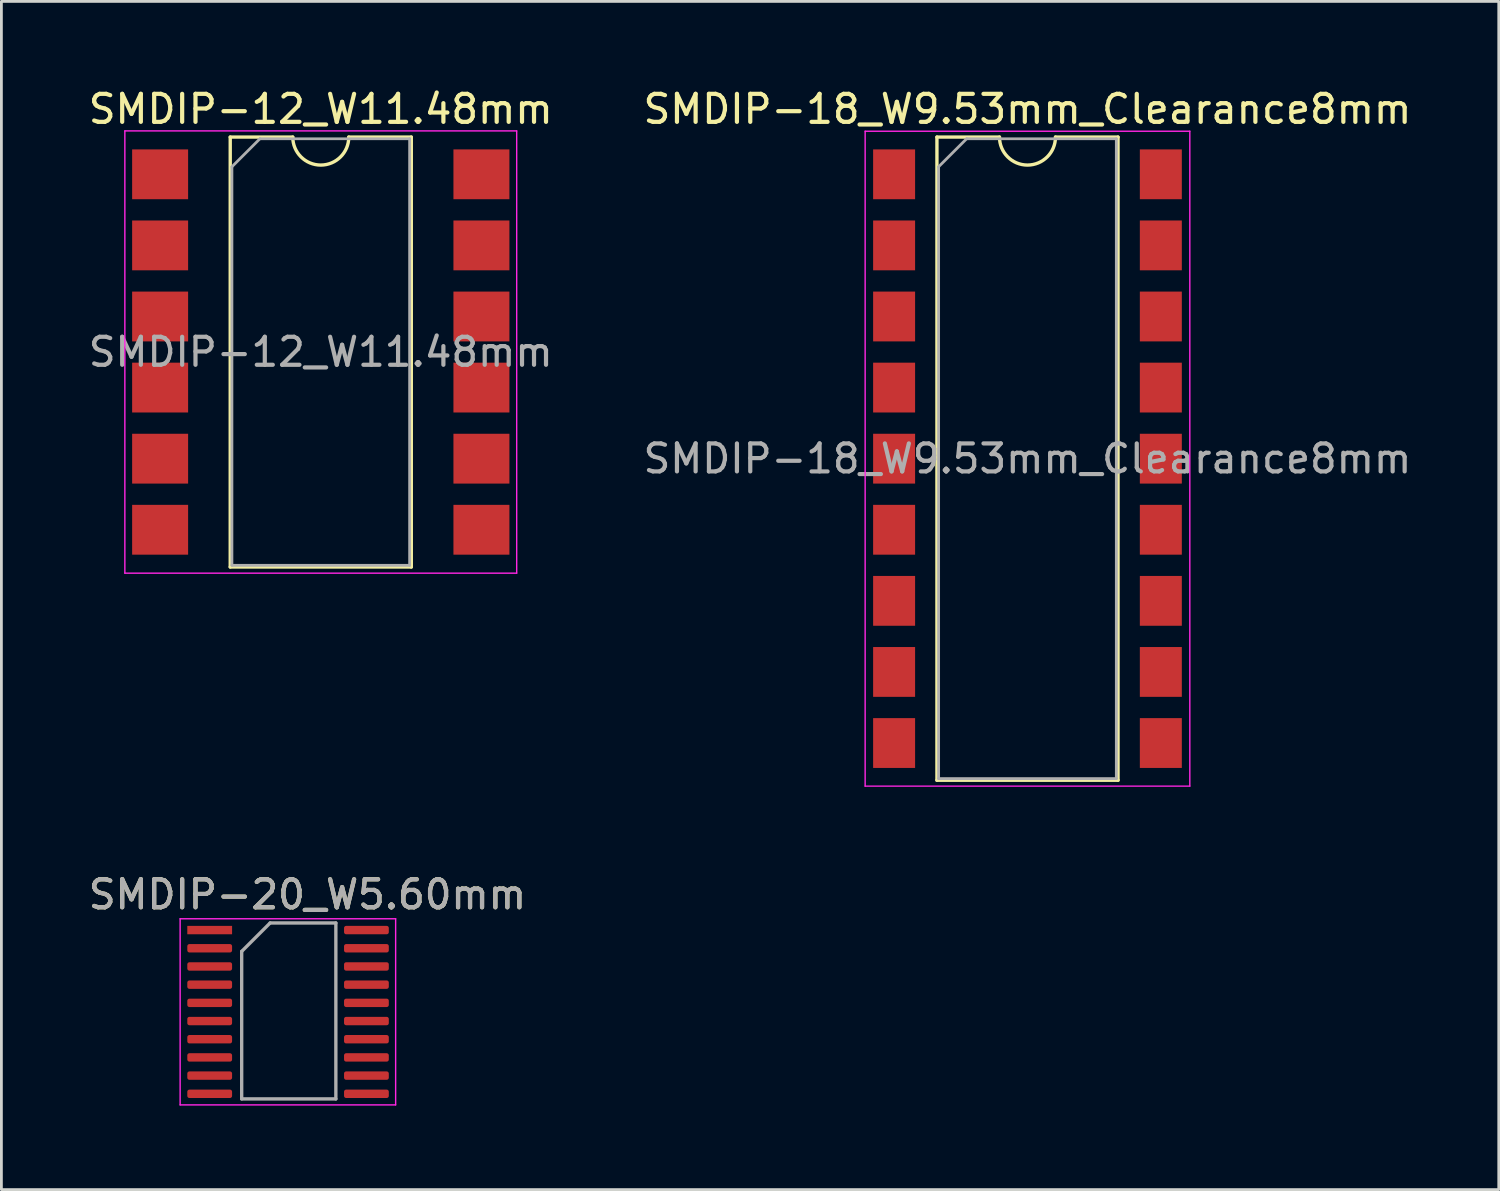
<source format=kicad_pcb>
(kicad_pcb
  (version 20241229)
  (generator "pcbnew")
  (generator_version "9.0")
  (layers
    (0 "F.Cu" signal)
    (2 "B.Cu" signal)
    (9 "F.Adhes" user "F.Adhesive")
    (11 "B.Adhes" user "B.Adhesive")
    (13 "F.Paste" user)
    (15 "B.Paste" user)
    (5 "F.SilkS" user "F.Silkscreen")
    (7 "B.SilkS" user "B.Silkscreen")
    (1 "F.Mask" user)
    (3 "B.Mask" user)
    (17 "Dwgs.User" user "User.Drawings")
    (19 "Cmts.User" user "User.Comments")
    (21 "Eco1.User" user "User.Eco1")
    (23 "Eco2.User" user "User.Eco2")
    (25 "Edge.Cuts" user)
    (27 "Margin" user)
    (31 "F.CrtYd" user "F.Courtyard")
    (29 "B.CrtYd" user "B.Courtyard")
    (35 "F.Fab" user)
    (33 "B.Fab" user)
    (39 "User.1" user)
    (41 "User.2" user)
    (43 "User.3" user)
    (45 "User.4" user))
  (footprint "SMDIP-12_W11.48mm"
    (layer "F.Cu")
    (at 8.411 9.528)
    (property "Reference" "SMDIP-12_W11.48mm" (at 0 -8.68 0) (layer "F.SilkS") (effects (font (size 1 1) (thickness 0.15))))
    (attr smd)
    (fp_line (start -3.235 -7.68) (end -3.235 7.68) (stroke (width 0.12) (type solid)) (layer "F.SilkS"))
    (fp_line (start -3.235 7.68) (end 3.235 7.68) (stroke (width 0.12) (type solid)) (layer "F.SilkS"))
    (fp_line (start -1 -7.68) (end -3.235 -7.68) (stroke (width 0.12) (type solid)) (layer "F.SilkS"))
    (fp_line (start 3.235 -7.68) (end 1 -7.68) (stroke (width 0.12) (type solid)) (layer "F.SilkS"))
    (fp_line (start 3.235 7.68) (end 3.235 -7.68) (stroke (width 0.12) (type solid)) (layer "F.SilkS"))
    (fp_arc (start 1 -7.68) (mid 0 -6.68) (end -1 -7.68) (stroke (width 0.12) (type solid)) (layer "F.SilkS"))
    (fp_line (start -7 -7.9) (end -7 7.9) (stroke (width 0.05) (type solid)) (layer "F.CrtYd"))
    (fp_line (start -7 7.9) (end 7 7.9) (stroke (width 0.05) (type solid)) (layer "F.CrtYd"))
    (fp_line (start 7 -7.9) (end -7 -7.9) (stroke (width 0.05) (type solid)) (layer "F.CrtYd"))
    (fp_line (start 7 7.9) (end 7 -7.9) (stroke (width 0.05) (type solid)) (layer "F.CrtYd"))
    (fp_line (start -3.175 -6.62) (end -2.175 -7.62) (stroke (width 0.1) (type solid)) (layer "F.Fab"))
    (fp_line (start -3.175 7.62) (end -3.175 -6.62) (stroke (width 0.1) (type solid)) (layer "F.Fab"))
    (fp_line (start -2.175 -7.62) (end 3.175 -7.62) (stroke (width 0.1) (type solid)) (layer "F.Fab"))
    (fp_line (start 3.175 -7.62) (end 3.175 7.62) (stroke (width 0.1) (type solid)) (layer "F.Fab"))
    (fp_line (start 3.175 7.62) (end -3.175 7.62) (stroke (width 0.1) (type solid)) (layer "F.Fab"))
    (fp_text user "${REFERENCE}" (at 0 0 0) (layer "F.Fab") (effects (font (size 1 1) (thickness 0.15))))
    (pad "1" smd rect (at -5.74 -6.35) (size 2 1.78) (layers "F.Cu" "F.Mask" "F.Paste"))
    (pad "2" smd rect (at -5.74 -3.81) (size 2 1.78) (layers "F.Cu" "F.Mask" "F.Paste"))
    (pad "3" smd rect (at -5.74 -1.27) (size 2 1.78) (layers "F.Cu" "F.Mask" "F.Paste"))
    (pad "4" smd rect (at -5.74 1.27) (size 2 1.78) (layers "F.Cu" "F.Mask" "F.Paste"))
    (pad "5" smd rect (at -5.74 3.81) (size 2 1.78) (layers "F.Cu" "F.Mask" "F.Paste"))
    (pad "6" smd rect (at -5.74 6.35) (size 2 1.78) (layers "F.Cu" "F.Mask" "F.Paste"))
    (pad "7" smd rect (at 5.74 6.35) (size 2 1.78) (layers "F.Cu" "F.Mask" "F.Paste"))
    (pad "8" smd rect (at 5.74 3.81) (size 2 1.78) (layers "F.Cu" "F.Mask" "F.Paste"))
    (pad "9" smd rect (at 5.74 1.27) (size 2 1.78) (layers "F.Cu" "F.Mask" "F.Paste"))
    (pad "10" smd rect (at 5.74 -1.27) (size 2 1.78) (layers "F.Cu" "F.Mask" "F.Paste"))
    (pad "11" smd rect (at 5.74 -3.81) (size 2 1.78) (layers "F.Cu" "F.Mask" "F.Paste"))
    (pad "12" smd rect (at 5.74 -6.35) (size 2 1.78) (layers "F.Cu" "F.Mask" "F.Paste")))
  (footprint "SMDIP-18_W9.53mm_Clearance8mm"
    (layer "F.Cu")
    (at 33.661 13.338)
    (property "Reference" "SMDIP-18_W9.53mm_Clearance8mm" (at 0 -12.49 0) (layer "F.SilkS") (effects (font (size 1 1) (thickness 0.15))))
    (attr smd)
    (fp_line (start -3.235 -11.49) (end -3.235 11.49) (stroke (width 0.12) (type solid)) (layer "F.SilkS"))
    (fp_line (start -3.235 11.49) (end 3.235 11.49) (stroke (width 0.12) (type solid)) (layer "F.SilkS"))
    (fp_line (start -1 -11.49) (end -3.235 -11.49) (stroke (width 0.12) (type solid)) (layer "F.SilkS"))
    (fp_line (start 3.235 -11.49) (end 1 -11.49) (stroke (width 0.12) (type solid)) (layer "F.SilkS"))
    (fp_line (start 3.235 11.49) (end 3.235 -11.49) (stroke (width 0.12) (type solid)) (layer "F.SilkS"))
    (fp_arc (start 1 -11.49) (mid 0 -10.49) (end -1 -11.49) (stroke (width 0.12) (type solid)) (layer "F.SilkS"))
    (fp_line (start -5.8 -11.7) (end -5.8 11.7) (stroke (width 0.05) (type solid)) (layer "F.CrtYd"))
    (fp_line (start -5.8 11.7) (end 5.8 11.7) (stroke (width 0.05) (type solid)) (layer "F.CrtYd"))
    (fp_line (start 5.8 -11.7) (end -5.8 -11.7) (stroke (width 0.05) (type solid)) (layer "F.CrtYd"))
    (fp_line (start 5.8 11.7) (end 5.8 -11.7) (stroke (width 0.05) (type solid)) (layer "F.CrtYd"))
    (fp_line (start -3.175 -10.43) (end -2.175 -11.43) (stroke (width 0.1) (type solid)) (layer "F.Fab"))
    (fp_line (start -3.175 11.43) (end -3.175 -10.43) (stroke (width 0.1) (type solid)) (layer "F.Fab"))
    (fp_line (start -2.175 -11.43) (end 3.175 -11.43) (stroke (width 0.1) (type solid)) (layer "F.Fab"))
    (fp_line (start 3.175 -11.43) (end 3.175 11.43) (stroke (width 0.1) (type solid)) (layer "F.Fab"))
    (fp_line (start 3.175 11.43) (end -3.175 11.43) (stroke (width 0.1) (type solid)) (layer "F.Fab"))
    (fp_text user "${REFERENCE}" (at 0 0 0) (layer "F.Fab") (effects (font (size 1 1) (thickness 0.15))))
    (pad "1" smd rect (at -4.765 -10.16) (size 1.5 1.78) (layers "F.Cu" "F.Mask" "F.Paste"))
    (pad "2" smd rect (at -4.765 -7.62) (size 1.5 1.78) (layers "F.Cu" "F.Mask" "F.Paste"))
    (pad "3" smd rect (at -4.765 -5.08) (size 1.5 1.78) (layers "F.Cu" "F.Mask" "F.Paste"))
    (pad "4" smd rect (at -4.765 -2.54) (size 1.5 1.78) (layers "F.Cu" "F.Mask" "F.Paste"))
    (pad "5" smd rect (at -4.765 0) (size 1.5 1.78) (layers "F.Cu" "F.Mask" "F.Paste"))
    (pad "6" smd rect (at -4.765 2.54) (size 1.5 1.78) (layers "F.Cu" "F.Mask" "F.Paste"))
    (pad "7" smd rect (at -4.765 5.08) (size 1.5 1.78) (layers "F.Cu" "F.Mask" "F.Paste"))
    (pad "8" smd rect (at -4.765 7.62) (size 1.5 1.78) (layers "F.Cu" "F.Mask" "F.Paste"))
    (pad "9" smd rect (at -4.765 10.16) (size 1.5 1.78) (layers "F.Cu" "F.Mask" "F.Paste"))
    (pad "10" smd rect (at 4.765 10.16) (size 1.5 1.78) (layers "F.Cu" "F.Mask" "F.Paste"))
    (pad "11" smd rect (at 4.765 7.62) (size 1.5 1.78) (layers "F.Cu" "F.Mask" "F.Paste"))
    (pad "12" smd rect (at 4.765 5.08) (size 1.5 1.78) (layers "F.Cu" "F.Mask" "F.Paste"))
    (pad "13" smd rect (at 4.765 2.54) (size 1.5 1.78) (layers "F.Cu" "F.Mask" "F.Paste"))
    (pad "14" smd rect (at 4.765 0) (size 1.5 1.78) (layers "F.Cu" "F.Mask" "F.Paste"))
    (pad "15" smd rect (at 4.765 -2.54) (size 1.5 1.78) (layers "F.Cu" "F.Mask" "F.Paste"))
    (pad "16" smd rect (at 4.765 -5.08) (size 1.5 1.78) (layers "F.Cu" "F.Mask" "F.Paste"))
    (pad "17" smd rect (at 4.765 -7.62) (size 1.5 1.78) (layers "F.Cu" "F.Mask" "F.Paste"))
    (pad "18" smd rect (at 4.765 -10.16) (size 1.5 1.78) (layers "F.Cu" "F.Mask" "F.Paste")))
  (footprint "SMDIP-20_W5.60mm"
    (layer "F.Cu")
    (at 7.236 33.102)
    (property "Reference" "SMDIP-20_W5.60mm" (at 0.699 -4.191 0) (layer "F.SilkS") (effects (font (size 1 1) (thickness 0.15))))
    (attr smd)
    (fp_line (start -3.85 -3.325) (end 3.85 -3.325) (stroke (width 0.05) (type solid)) (layer "F.CrtYd"))
    (fp_line (start -3.85 3.325) (end -3.85 -3.325) (stroke (width 0.05) (type solid)) (layer "F.CrtYd"))
    (fp_line (start -3.85 3.325) (end 3.85 3.325) (stroke (width 0.05) (type solid)) (layer "F.CrtYd"))
    (fp_line (start 3.85 -3.325) (end 3.85 3.325) (stroke (width 0.05) (type solid)) (layer "F.CrtYd"))
    (fp_line (start -1.651 -2.159) (end -1.651 3.111) (stroke (width 0.12) (type solid)) (layer "F.Fab"))
    (fp_line (start -1.651 3.111) (end 1.714 3.111) (stroke (width 0.12) (type solid)) (layer "F.Fab"))
    (fp_line (start -0.635 -3.175) (end -1.651 -2.159) (stroke (width 0.12) (type solid)) (layer "F.Fab"))
    (fp_line (start -0.635 -3.175) (end 1.714 -3.175) (stroke (width 0.12) (type solid)) (layer "F.Fab"))
    (fp_line (start 1.714 3.111) (end 1.714 -3.175) (stroke (width 0.12) (type solid)) (layer "F.Fab"))
    (fp_text user "${REFERENCE}" (at 0.699 -4.191 0) (layer "F.Fab") (effects (font (size 1 1) (thickness 0.15))))
    (pad "" smd roundrect (at -2.794 -2.921 90) (size 0.23 1.53) (layers "F.Cu" "F.Paste") (roundrect_rratio 0.25))
    (pad "" smd roundrect (at -2.794 -2.271 90) (size 0.23 1.53) (layers "F.Cu" "F.Paste") (roundrect_rratio 0.25))
    (pad "" smd roundrect (at -2.794 -1.621 90) (size 0.23 1.53) (layers "F.Cu" "F.Paste") (roundrect_rratio 0.25))
    (pad "" smd roundrect (at -2.794 -0.971 90) (size 0.23 1.53) (layers "F.Cu" "F.Paste") (roundrect_rratio 0.25))
    (pad "" smd roundrect (at -2.794 -0.321 90) (size 0.23 1.53) (layers "F.Cu" "F.Paste") (roundrect_rratio 0.25))
    (pad "" smd roundrect (at -2.794 0.329 90) (size 0.23 1.53) (layers "F.Cu" "F.Paste") (roundrect_rratio 0.25))
    (pad "" smd roundrect (at -2.794 0.979 90) (size 0.23 1.53) (layers "F.Cu" "F.Paste") (roundrect_rratio 0.25))
    (pad "" smd roundrect (at -2.794 1.629 90) (size 0.23 1.53) (layers "F.Cu" "F.Paste") (roundrect_rratio 0.25))
    (pad "" smd roundrect (at -2.794 2.279 90) (size 0.23 1.53) (layers "F.Cu" "F.Paste") (roundrect_rratio 0.25))
    (pad "" smd roundrect (at -2.794 2.929 90) (size 0.23 1.53) (layers "F.Cu" "F.Paste") (roundrect_rratio 0.25))
    (pad "" smd roundrect (at 2.806 -2.921 90) (size 0.23 1.53) (layers "F.Cu" "F.Paste") (roundrect_rratio 0.25))
    (pad "" smd roundrect (at 2.806 -2.271 90) (size 0.23 1.53) (layers "F.Cu" "F.Paste") (roundrect_rratio 0.25))
    (pad "" smd roundrect (at 2.806 -1.621 90) (size 0.23 1.53) (layers "F.Cu" "F.Paste") (roundrect_rratio 0.25))
    (pad "" smd roundrect (at 2.806 -0.971 90) (size 0.23 1.53) (layers "F.Cu" "F.Paste") (roundrect_rratio 0.25))
    (pad "" smd roundrect (at 2.806 -0.321 90) (size 0.23 1.53) (layers "F.Cu" "F.Paste") (roundrect_rratio 0.25))
    (pad "" smd roundrect (at 2.806 0.329 90) (size 0.23 1.53) (layers "F.Cu" "F.Paste") (roundrect_rratio 0.25))
    (pad "" smd roundrect (at 2.806 0.979 90) (size 0.23 1.53) (layers "F.Cu" "F.Paste") (roundrect_rratio 0.25))
    (pad "" smd roundrect (at 2.806 1.629 90) (size 0.23 1.53) (layers "F.Cu" "F.Paste") (roundrect_rratio 0.25))
    (pad "" smd roundrect (at 2.806 2.279 90) (size 0.23 1.53) (layers "F.Cu" "F.Paste") (roundrect_rratio 0.25))
    (pad "" smd roundrect (at 2.806 2.929 90) (size 0.23 1.53) (layers "F.Cu" "F.Paste") (roundrect_rratio 0.25))
    (pad "1" smd rect (at -2.794 -2.921 90) (size 0.3 1.6) (layers "F.Cu" "F.Mask"))
    (pad "2" smd roundrect (at -2.794 -2.271 90) (size 0.3 1.6) (layers "F.Cu" "F.Mask") (roundrect_rratio 0.25))
    (pad "3" smd roundrect (at -2.794 -1.621 90) (size 0.3 1.6) (layers "F.Cu" "F.Mask") (roundrect_rratio 0.25))
    (pad "4" smd roundrect (at -2.794 -0.971 90) (size 0.3 1.6) (layers "F.Cu" "F.Mask") (roundrect_rratio 0.25))
    (pad "5" smd roundrect (at -2.794 -0.321 90) (size 0.3 1.6) (layers "F.Cu" "F.Mask") (roundrect_rratio 0.25))
    (pad "6" smd roundrect (at -2.794 0.329 90) (size 0.3 1.6) (layers "F.Cu" "F.Mask") (roundrect_rratio 0.25))
    (pad "7" smd roundrect (at -2.794 0.979 90) (size 0.3 1.6) (layers "F.Cu" "F.Mask") (roundrect_rratio 0.25))
    (pad "8" smd roundrect (at -2.794 1.629 90) (size 0.3 1.6) (layers "F.Cu" "F.Mask") (roundrect_rratio 0.25))
    (pad "9" smd roundrect (at -2.794 2.279 90) (size 0.3 1.6) (layers "F.Cu" "F.Mask") (roundrect_rratio 0.25))
    (pad "10" smd roundrect (at -2.794 2.929 90) (size 0.3 1.6) (layers "F.Cu" "F.Mask") (roundrect_rratio 0.25))
    (pad "11" smd roundrect (at 2.806 2.929 90) (size 0.3 1.6) (layers "F.Cu" "F.Mask") (roundrect_rratio 0.25))
    (pad "12" smd roundrect (at 2.806 2.279 90) (size 0.3 1.6) (layers "F.Cu" "F.Mask") (roundrect_rratio 0.25))
    (pad "13" smd roundrect (at 2.806 1.629 90) (size 0.3 1.6) (layers "F.Cu" "F.Mask") (roundrect_rratio 0.25))
    (pad "14" smd roundrect (at 2.806 0.979 90) (size 0.3 1.6) (layers "F.Cu" "F.Mask") (roundrect_rratio 0.25))
    (pad "15" smd roundrect (at 2.806 0.329 90) (size 0.3 1.6) (layers "F.Cu" "F.Mask") (roundrect_rratio 0.25))
    (pad "16" smd roundrect (at 2.806 -0.321 90) (size 0.3 1.6) (layers "F.Cu" "F.Mask") (roundrect_rratio 0.25))
    (pad "17" smd roundrect (at 2.806 -0.971 90) (size 0.3 1.6) (layers "F.Cu" "F.Mask") (roundrect_rratio 0.25))
    (pad "18" smd roundrect (at 2.806 -1.621 90) (size 0.3 1.6) (layers "F.Cu" "F.Mask") (roundrect_rratio 0.25))
    (pad "19" smd roundrect (at 2.806 -2.271 90) (size 0.3 1.6) (layers "F.Cu" "F.Mask") (roundrect_rratio 0.25))
    (pad "20" smd roundrect (at 2.806 -2.921 90) (size 0.3 1.6) (layers "F.Cu" "F.Mask") (roundrect_rratio 0.25)))
  (gr_rect
    (start -3 -3)
    (end 50.5 39.453)
    (stroke (width 0.1) (type default))
    (fill no)
    (layer "Edge.Cuts")))
</source>
